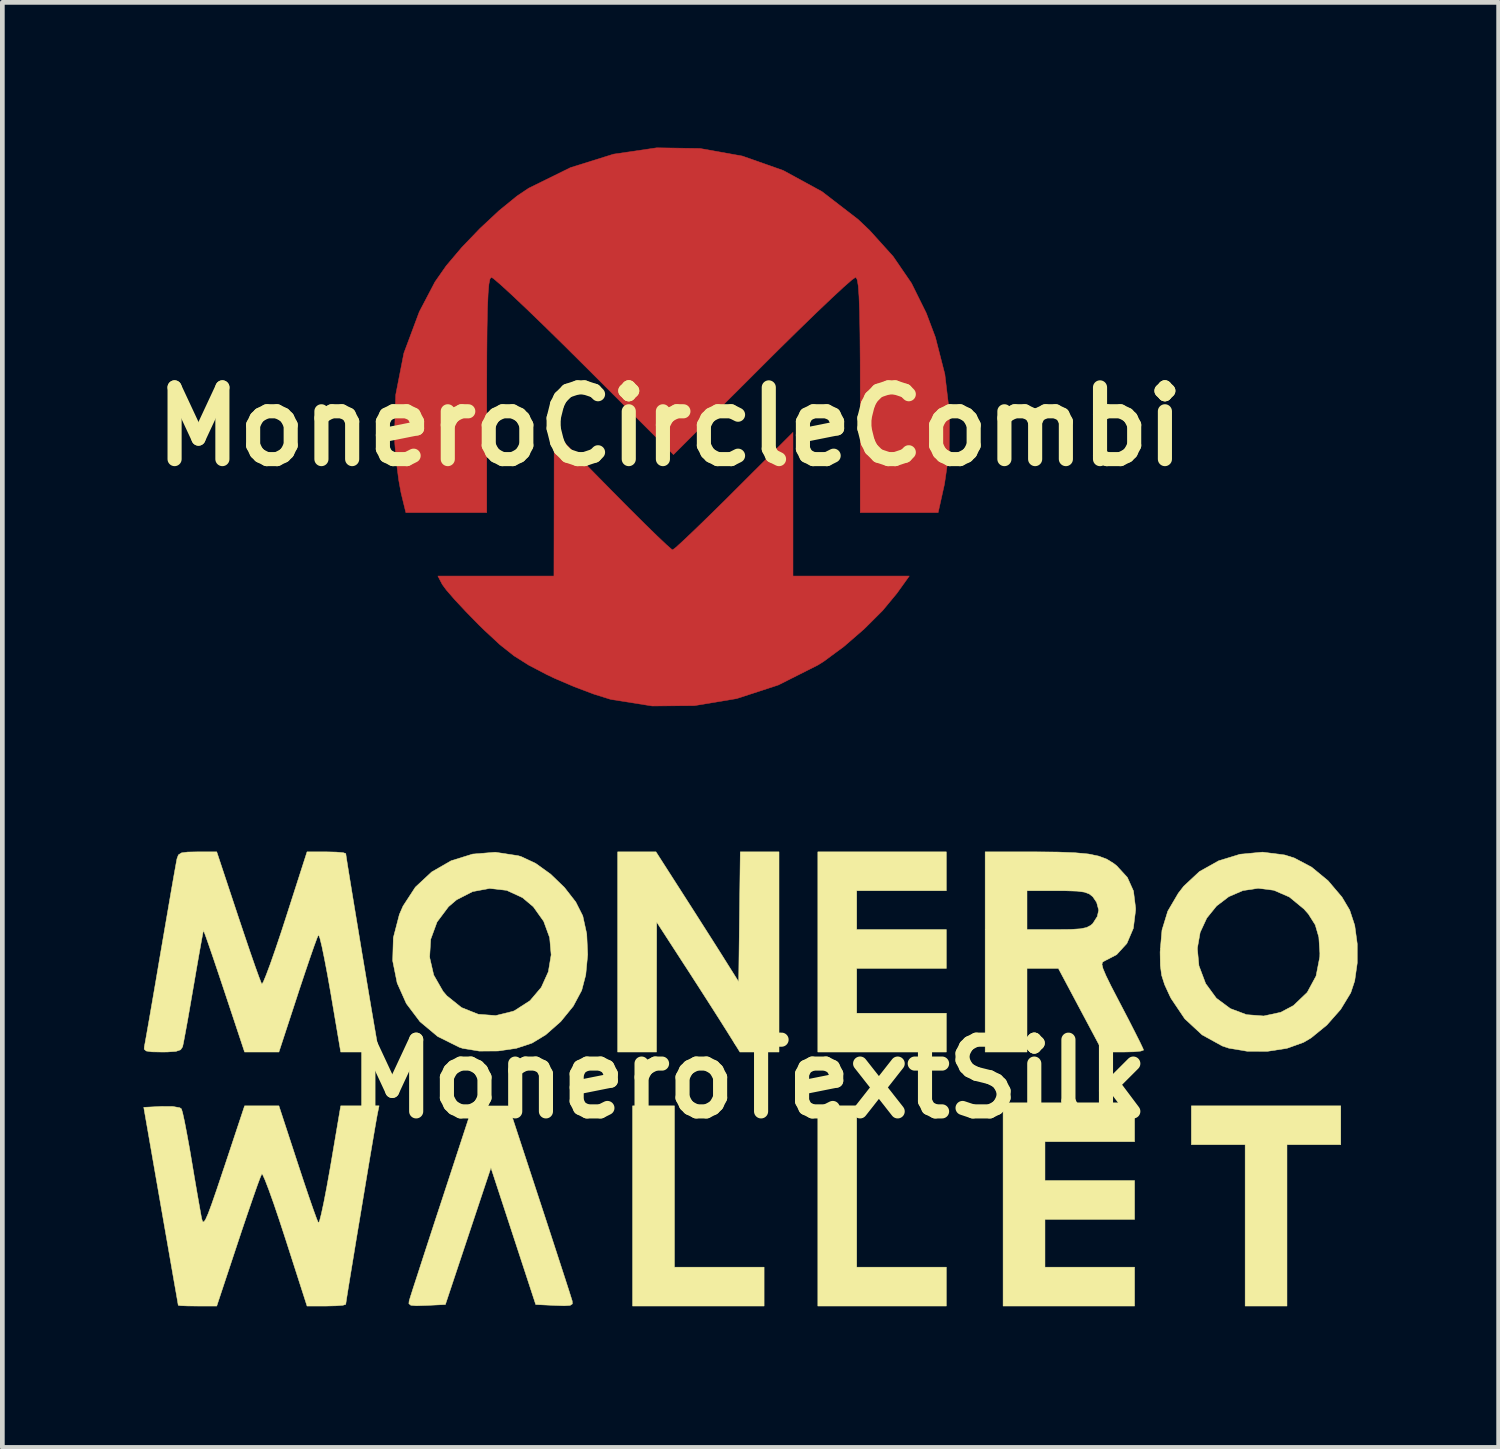
<source format=kicad_pcb>
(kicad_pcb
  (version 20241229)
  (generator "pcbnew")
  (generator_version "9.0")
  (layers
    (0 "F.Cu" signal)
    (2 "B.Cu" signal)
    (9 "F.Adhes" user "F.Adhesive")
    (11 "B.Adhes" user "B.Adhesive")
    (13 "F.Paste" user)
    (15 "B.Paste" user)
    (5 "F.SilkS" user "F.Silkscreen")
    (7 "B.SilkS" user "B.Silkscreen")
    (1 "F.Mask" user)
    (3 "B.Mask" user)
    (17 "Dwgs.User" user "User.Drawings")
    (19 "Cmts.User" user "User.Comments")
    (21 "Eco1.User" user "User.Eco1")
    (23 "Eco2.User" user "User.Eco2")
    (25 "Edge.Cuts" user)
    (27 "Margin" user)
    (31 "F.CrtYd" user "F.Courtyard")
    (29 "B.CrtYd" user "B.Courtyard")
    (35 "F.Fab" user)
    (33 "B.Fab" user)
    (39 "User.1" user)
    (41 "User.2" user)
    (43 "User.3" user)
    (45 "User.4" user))
  (footprint "MoneroTextSilk"
    (layer "F.Cu")
    (at 12.87 19.879)
    (property "Reference" "MoneroTextSilk" (at 0 0 0) (layer "F.SilkS") (effects (font (size 1.524 1.524) (thickness 0.3))))
    (attr through_hole)
    (fp_poly (pts (xy -1.587 4) (xy 0.318 4) (xy 0.318 4.826) (xy -2.477 4.826) (xy -2.477 0.572) (xy -1.587 0.572) (xy -1.587 4)) (stroke (width 0.01) (type solid)) (fill yes) (layer "F.SilkS"))
    (fp_poly (pts (xy 2.286 4) (xy 4.191 4) (xy 4.191 4.826) (xy 1.46 4.826) (xy 1.46 0.572) (xy 2.286 0.572) (xy 2.286 4)) (stroke (width 0.01) (type solid)) (fill yes) (layer "F.SilkS"))
    (fp_poly (pts (xy 12.573 1.397) (xy 11.43 1.397) (xy 11.43 4.826) (xy 10.541 4.826) (xy 10.541 1.397) (xy 9.398 1.397) (xy 9.398 0.572) (xy 12.573 0.572) (xy 12.573 1.397)) (stroke (width 0.01) (type solid)) (fill yes) (layer "F.SilkS"))
    (fp_poly (pts (xy 4.191 -4) (xy 2.286 -4) (xy 2.286 -3.175) (xy 4.191 -3.175) (xy 4.191 -2.349) (xy 2.286 -2.349) (xy 2.286 -1.397) (xy 4.191 -1.397) (xy 4.191 -0.572) (xy 1.46 -0.572) (xy 1.46 -4.826) (xy 4.191 -4.826) (xy 4.191 -4)) (stroke (width 0.01) (type solid)) (fill yes) (layer "F.SilkS"))
    (fp_poly (pts (xy 8.191 1.333) (xy 6.287 1.333) (xy 6.287 2.159) (xy 8.191 2.159) (xy 8.191 2.985) (xy 6.287 2.985) (xy 6.287 4) (xy 8.191 4) (xy 8.191 4.826) (xy 5.397 4.826) (xy 5.397 0.508) (xy 8.191 0.508) (xy 8.191 1.333)) (stroke (width 0.01) (type solid)) (fill yes) (layer "F.SilkS"))
    (fp_poly (pts (xy -1.4 -3.921) (xy -1.179 -3.576) (xy -0.956 -3.226) (xy -0.75 -2.903) (xy -0.583 -2.639) (xy -0.521 -2.54) (xy -0.222 -2.064) (xy -0.188 -4.826) (xy 0.635 -4.826) (xy 0.635 -0.572) (xy -0.196 -0.572) (xy -0.495 -1.05) (xy -0.636 -1.273) (xy -0.826 -1.571) (xy -1.044 -1.911) (xy -1.27 -2.262) (xy -1.38 -2.431) (xy -1.965 -3.334) (xy -1.968 -0.572) (xy -2.794 -0.572) (xy -2.794 -4.826) (xy -1.98 -4.826) (xy -1.4 -3.921)) (stroke (width 0.01) (type solid)) (fill yes) (layer "F.SilkS"))
    (fp_poly (pts (xy -4.451 2.589) (xy -4.292 3.074) (xy -4.145 3.525) (xy -4.015 3.925) (xy -3.906 4.26) (xy -3.824 4.514) (xy -3.774 4.673) (xy -3.76 4.718) (xy -3.756 4.78) (xy -3.804 4.812) (xy -3.929 4.82) (xy -4.133 4.813) (xy -4.535 4.794) (xy -5.011 3.341) (xy -5.487 1.887) (xy -6.455 4.794) (xy -6.855 4.813) (xy -7.073 4.82) (xy -7.189 4.81) (xy -7.231 4.775) (xy -7.225 4.718) (xy -7.199 4.632) (xy -7.138 4.44) (xy -7.046 4.158) (xy -6.93 3.8) (xy -6.794 3.382) (xy -6.643 2.919) (xy -6.534 2.589) (xy -5.874 0.574) (xy -5.112 0.574) (xy -4.451 2.589)) (stroke (width 0.01) (type solid)) (fill yes) (layer "F.SilkS"))
    (fp_poly (pts (xy -4.909 -4.744) (xy -4.849 -4.727) (xy -4.538 -4.582) (xy -4.218 -4.352) (xy -3.923 -4.067) (xy -3.684 -3.76) (xy -3.535 -3.465) (xy -3.451 -3.08) (xy -3.431 -2.643) (xy -3.472 -2.211) (xy -3.558 -1.882) (xy -3.737 -1.547) (xy -4.003 -1.22) (xy -4.323 -0.938) (xy -4.613 -0.762) (xy -4.947 -0.651) (xy -5.338 -0.594) (xy -5.735 -0.592) (xy -6.087 -0.65) (xy -6.16 -0.674) (xy -6.618 -0.902) (xy -6.995 -1.217) (xy -7.285 -1.602) (xy -7.48 -2.039) (xy -7.575 -2.511) (xy -7.573 -2.585) (xy -6.79 -2.585) (xy -6.703 -2.208) (xy -6.505 -1.862) (xy -6.424 -1.767) (xy -6.112 -1.517) (xy -5.758 -1.375) (xy -5.385 -1.347) (xy -5.016 -1.438) (xy -4.984 -1.452) (xy -4.657 -1.663) (xy -4.417 -1.946) (xy -4.267 -2.278) (xy -4.207 -2.637) (xy -4.239 -3.002) (xy -4.366 -3.35) (xy -4.587 -3.66) (xy -4.817 -3.853) (xy -5.153 -4.008) (xy -5.515 -4.049) (xy -5.878 -3.981) (xy -6.217 -3.807) (xy -6.389 -3.66) (xy -6.633 -3.334) (xy -6.767 -2.968) (xy -6.79 -2.585) (xy -7.573 -2.585) (xy -7.561 -3.002) (xy -7.433 -3.495) (xy -7.355 -3.674) (xy -7.093 -4.076) (xy -6.746 -4.399) (xy -6.333 -4.637) (xy -5.875 -4.779) (xy -5.394 -4.818) (xy -4.909 -4.744)) (stroke (width 0.01) (type solid)) (fill yes) (layer "F.SilkS"))
    (fp_poly (pts (xy 6.08 -4.826) (xy 6.558 -4.822) (xy 6.929 -4.807) (xy 7.214 -4.78) (xy 7.431 -4.735) (xy 7.602 -4.67) (xy 7.746 -4.581) (xy 7.811 -4.53) (xy 8.038 -4.283) (xy 8.168 -3.994) (xy 8.213 -3.632) (xy 8.213 -3.588) (xy 8.165 -3.201) (xy 8.028 -2.88) (xy 7.81 -2.641) (xy 7.551 -2.507) (xy 7.511 -2.483) (xy 7.498 -2.435) (xy 7.52 -2.345) (xy 7.582 -2.198) (xy 7.69 -1.977) (xy 7.852 -1.665) (xy 7.906 -1.562) (xy 8.067 -1.253) (xy 8.204 -0.984) (xy 8.309 -0.775) (xy 8.37 -0.646) (xy 8.382 -0.613) (xy 8.324 -0.592) (xy 8.172 -0.577) (xy 7.957 -0.572) (xy 7.95 -0.572) (xy 7.518 -0.572) (xy 7.045 -1.46) (xy 6.572 -2.349) (xy 6.239 -2.349) (xy 5.905 -2.349) (xy 5.905 -0.572) (xy 5.016 -0.572) (xy 5.016 -4) (xy 5.905 -4) (xy 5.905 -3.175) (xy 6.54 -3.175) (xy 6.84 -3.178) (xy 7.041 -3.191) (xy 7.171 -3.218) (xy 7.258 -3.263) (xy 7.303 -3.302) (xy 7.399 -3.453) (xy 7.429 -3.588) (xy 7.385 -3.752) (xy 7.303 -3.873) (xy 7.227 -3.933) (xy 7.126 -3.97) (xy 6.972 -3.991) (xy 6.735 -3.999) (xy 6.54 -4) (xy 5.905 -4) (xy 5.016 -4) (xy 5.016 -4.826) (xy 6.08 -4.826)) (stroke (width 0.01) (type solid)) (fill yes) (layer "F.SilkS"))
    (fp_poly (pts (xy 11.381 -4.76) (xy 11.587 -4.695) (xy 11.955 -4.5) (xy 12.304 -4.212) (xy 12.599 -3.864) (xy 12.763 -3.588) (xy 12.87 -3.263) (xy 12.923 -2.872) (xy 12.923 -2.463) (xy 12.869 -2.083) (xy 12.785 -1.83) (xy 12.571 -1.478) (xy 12.277 -1.145) (xy 11.944 -0.873) (xy 11.782 -0.777) (xy 11.43 -0.651) (xy 11.016 -0.587) (xy 10.587 -0.588) (xy 10.193 -0.654) (xy 10.056 -0.7) (xy 9.626 -0.937) (xy 9.258 -1.278) (xy 8.968 -1.709) (xy 8.94 -1.764) (xy 8.83 -2.003) (xy 8.767 -2.2) (xy 8.739 -2.409) (xy 8.734 -2.688) (xy 8.734 -2.697) (xy 8.74 -2.774) (xy 9.525 -2.774) (xy 9.559 -2.406) (xy 9.702 -2.026) (xy 9.929 -1.716) (xy 10.227 -1.495) (xy 10.571 -1.366) (xy 10.936 -1.338) (xy 11.297 -1.416) (xy 11.568 -1.56) (xy 11.86 -1.839) (xy 12.048 -2.187) (xy 12.127 -2.593) (xy 12.129 -2.673) (xy 12.107 -3.012) (xy 12.031 -3.274) (xy 11.885 -3.505) (xy 11.791 -3.611) (xy 11.48 -3.867) (xy 11.15 -4.01) (xy 10.817 -4.052) (xy 10.493 -4.003) (xy 10.194 -3.874) (xy 9.934 -3.676) (xy 9.726 -3.419) (xy 9.585 -3.115) (xy 9.525 -2.774) (xy 8.74 -2.774) (xy 8.774 -3.164) (xy 8.897 -3.566) (xy 9.12 -3.946) (xy 9.235 -4.095) (xy 9.569 -4.407) (xy 9.978 -4.636) (xy 10.435 -4.776) (xy 10.911 -4.82) (xy 11.381 -4.76)) (stroke (width 0.01) (type solid)) (fill yes) (layer "F.SilkS"))
    (fp_poly (pts (xy -7.9 0.746) (xy -7.919 0.851) (xy -7.955 1.057) (xy -8.004 1.346) (xy -8.064 1.699) (xy -8.131 2.1) (xy -8.202 2.528) (xy -8.275 2.967) (xy -8.347 3.397) (xy -8.413 3.8) (xy -8.472 4.158) (xy -8.52 4.452) (xy -8.554 4.665) (xy -8.571 4.778) (xy -8.572 4.79) (xy -8.63 4.809) (xy -8.782 4.821) (xy -8.984 4.826) (xy -9.395 4.826) (xy -9.854 3.397) (xy -9.984 2.999) (xy -10.103 2.647) (xy -10.206 2.359) (xy -10.287 2.148) (xy -10.339 2.033) (xy -10.355 2.016) (xy -10.387 2.088) (xy -10.452 2.262) (xy -10.543 2.522) (xy -10.656 2.85) (xy -10.784 3.228) (xy -10.856 3.445) (xy -11.314 4.826) (xy -11.721 4.826) (xy -11.93 4.824) (xy -12.079 4.818) (xy -12.132 4.81) (xy -12.143 4.746) (xy -12.173 4.572) (xy -12.221 4.301) (xy -12.282 3.95) (xy -12.355 3.531) (xy -12.437 3.061) (xy -12.5 2.699) (xy -12.865 0.603) (xy -12.487 0.584) (xy -12.248 0.585) (xy -12.099 0.612) (xy -12.064 0.637) (xy -12.039 0.721) (xy -11.998 0.908) (xy -11.947 1.175) (xy -11.888 1.499) (xy -11.848 1.736) (xy -11.787 2.099) (xy -11.73 2.432) (xy -11.681 2.71) (xy -11.646 2.906) (xy -11.633 2.972) (xy -11.615 3.03) (xy -11.589 3.039) (xy -11.552 2.988) (xy -11.497 2.864) (xy -11.42 2.657) (xy -11.315 2.354) (xy -11.178 1.944) (xy -11.155 1.877) (xy -10.722 0.572) (xy -9.993 0.572) (xy -9.593 1.794) (xy -9.47 2.167) (xy -9.358 2.499) (xy -9.264 2.77) (xy -9.194 2.963) (xy -9.155 3.057) (xy -9.152 3.062) (xy -9.129 3.017) (xy -9.09 2.864) (xy -9.038 2.621) (xy -8.977 2.306) (xy -8.911 1.937) (xy -8.894 1.84) (xy -8.679 0.572) (xy -8.272 0.572) (xy -7.864 0.571) (xy -7.9 0.746)) (stroke (width 0.01) (type solid)) (fill yes) (layer "F.SilkS"))
    (fp_poly (pts (xy -10.856 -3.445) (xy -10.723 -3.048) (xy -10.602 -2.691) (xy -10.498 -2.392) (xy -10.418 -2.17) (xy -10.368 -2.041) (xy -10.355 -2.016) (xy -10.325 -2.06) (xy -10.263 -2.21) (xy -10.174 -2.448) (xy -10.065 -2.76) (xy -9.941 -3.129) (xy -9.854 -3.397) (xy -9.395 -4.826) (xy -8.984 -4.826) (xy -8.774 -4.821) (xy -8.626 -4.808) (xy -8.572 -4.79) (xy -8.562 -4.72) (xy -8.534 -4.542) (xy -8.491 -4.276) (xy -8.436 -3.939) (xy -8.372 -3.551) (xy -8.302 -3.128) (xy -8.23 -2.691) (xy -8.157 -2.257) (xy -8.088 -1.844) (xy -8.025 -1.47) (xy -7.971 -1.155) (xy -7.93 -0.916) (xy -7.905 -0.772) (xy -7.9 -0.746) (xy -7.864 -0.572) (xy -8.679 -0.572) (xy -8.894 -1.84) (xy -8.961 -2.219) (xy -9.024 -2.549) (xy -9.078 -2.812) (xy -9.121 -2.988) (xy -9.148 -3.062) (xy -9.152 -3.062) (xy -9.184 -2.99) (xy -9.248 -2.816) (xy -9.337 -2.56) (xy -9.446 -2.238) (xy -9.568 -1.872) (xy -9.593 -1.794) (xy -9.993 -0.572) (xy -10.722 -0.572) (xy -11.153 -1.87) (xy -11.28 -2.25) (xy -11.393 -2.585) (xy -11.487 -2.858) (xy -11.555 -3.052) (xy -11.592 -3.148) (xy -11.596 -3.156) (xy -11.61 -3.092) (xy -11.641 -2.923) (xy -11.687 -2.668) (xy -11.743 -2.347) (xy -11.806 -1.979) (xy -11.808 -1.968) (xy -11.873 -1.591) (xy -11.932 -1.252) (xy -11.983 -0.973) (xy -12.02 -0.775) (xy -12.04 -0.683) (xy -12.082 -0.62) (xy -12.181 -0.586) (xy -12.364 -0.573) (xy -12.476 -0.572) (xy -12.695 -0.576) (xy -12.813 -0.594) (xy -12.856 -0.633) (xy -12.853 -0.683) (xy -12.836 -0.772) (xy -12.801 -0.969) (xy -12.75 -1.259) (xy -12.687 -1.624) (xy -12.614 -2.048) (xy -12.535 -2.515) (xy -12.509 -2.667) (xy -12.427 -3.145) (xy -12.351 -3.588) (xy -12.284 -3.979) (xy -12.228 -4.3) (xy -12.186 -4.535) (xy -12.162 -4.666) (xy -12.158 -4.683) (xy -12.129 -4.761) (xy -12.064 -4.804) (xy -11.933 -4.822) (xy -11.72 -4.826) (xy -11.314 -4.826) (xy -10.856 -3.445)) (stroke (width 0.01) (type solid)) (fill yes) (layer "F.SilkS")))
  (footprint "MoneroCircleCombi"
    (layer "F.Cu")
    (at 11.183 6.017)
    (property "Reference" "MoneroCircleCombi" (at 0 0 0) (layer "F.SilkS") (effects (font (size 1.524 1.524) (thickness 0.3))))
    (attr through_hole)
    (fp_poly (pts (xy -1.226 1.369) (xy -0.866 1.733) (xy -0.543 2.054) (xy -0.273 2.318) (xy -0.072 2.508) (xy 0.042 2.608) (xy 0.06 2.619) (xy 0.131 2.566) (xy 0.296 2.415) (xy 0.539 2.184) (xy 0.844 1.888) (xy 1.194 1.544) (xy 1.368 1.37) (xy 2.619 0.121) (xy 2.619 3.175) (xy 5.09 3.175) (xy 4.827 3.542) (xy 4.525 3.907) (xy 4.131 4.3) (xy 3.697 4.676) (xy 3.271 4.99) (xy 3.146 5.068) (xy 2.306 5.491) (xy 1.423 5.779) (xy 0.523 5.929) (xy -0.373 5.936) (xy -1.241 5.798) (xy -1.27 5.791) (xy -1.613 5.684) (xy -2.026 5.528) (xy -2.443 5.35) (xy -2.615 5.268) (xy -2.995 5.069) (xy -3.309 4.871) (xy -3.606 4.636) (xy -3.939 4.327) (xy -4.053 4.216) (xy -4.329 3.934) (xy -4.569 3.677) (xy -4.746 3.473) (xy -4.834 3.354) (xy -4.927 3.175) (xy -2.461 3.175) (xy -2.458 1.647) (xy -2.456 0.119) (xy -1.226 1.369)) (stroke (width 0.01) (type solid)) (fill yes) (layer "F.Cu"))
    (fp_poly (pts (xy 0.642 -5.912) (xy 1.542 -5.751) (xy 2.411 -5.445) (xy 3.236 -4.995) (xy 4.004 -4.403) (xy 4.249 -4.17) (xy 4.747 -3.618) (xy 5.137 -3.049) (xy 5.452 -2.413) (xy 5.645 -1.901) (xy 5.846 -1.116) (xy 5.945 -0.285) (xy 5.938 0.539) (xy 5.838 1.223) (xy 5.704 1.826) (xy 4.048 1.826) (xy 4.048 -0.675) (xy 4.047 -1.404) (xy 4.042 -1.987) (xy 4.034 -2.437) (xy 4.022 -2.768) (xy 4.006 -2.992) (xy 3.984 -3.123) (xy 3.956 -3.173) (xy 3.95 -3.175) (xy 3.872 -3.121) (xy 3.696 -2.967) (xy 3.436 -2.726) (xy 3.106 -2.412) (xy 2.72 -2.037) (xy 2.29 -1.614) (xy 1.965 -1.29) (xy 0.079 0.594) (xy -1.806 -1.29) (xy -2.258 -1.739) (xy -2.676 -2.149) (xy -3.048 -2.508) (xy -3.36 -2.803) (xy -3.597 -3.02) (xy -3.746 -3.147) (xy -3.791 -3.175) (xy -3.82 -3.141) (xy -3.843 -3.028) (xy -3.86 -2.825) (xy -3.873 -2.519) (xy -3.882 -2.095) (xy -3.887 -1.542) (xy -3.889 -0.846) (xy -3.889 -0.675) (xy -3.889 1.826) (xy -5.608 1.826) (xy -5.71 1.409) (xy -5.76 1.135) (xy -5.807 0.768) (xy -5.842 0.373) (xy -5.85 0.238) (xy -5.824 -0.675) (xy -5.65 -1.563) (xy -5.323 -2.44) (xy -4.989 -3.077) (xy -4.751 -3.418) (xy -4.419 -3.81) (xy -4.032 -4.213) (xy -3.628 -4.59) (xy -3.245 -4.902) (xy -2.997 -5.068) (xy -2.108 -5.506) (xy -1.196 -5.791) (xy -0.275 -5.926) (xy 0.642 -5.912)) (stroke (width 0.01) (type solid)) (fill yes) (layer "F.Cu"))
    (fp_poly (pts (xy 0.588 -6.007) (xy 1.5 -5.857) (xy 2.381 -5.566) (xy 3.216 -5.134) (xy 3.991 -4.563) (xy 4.329 -4.249) (xy 4.825 -3.698) (xy 5.215 -3.131) (xy 5.531 -2.495) (xy 5.725 -1.98) (xy 5.912 -1.257) (xy 6.016 -0.465) (xy 6.033 0.337) (xy 5.959 1.088) (xy 5.917 1.303) (xy 5.784 1.905) (xy 3.969 1.905) (xy 3.969 -0.615) (xy 3.969 -3.134) (xy 2.024 -1.191) (xy 0.079 0.753) (xy -1.865 -1.191) (xy -3.81 -3.134) (xy -3.81 1.905) (xy -5.688 1.905) (xy -5.79 1.488) (xy -5.838 1.225) (xy -5.883 0.862) (xy -5.917 0.457) (xy -5.93 0.238) (xy -5.909 -0.684) (xy -5.755 -1.553) (xy -5.459 -2.397) (xy -5.068 -3.156) (xy -4.83 -3.498) (xy -4.498 -3.889) (xy -4.111 -4.293) (xy -3.707 -4.669) (xy -3.324 -4.981) (xy -3.077 -5.148) (xy -2.187 -5.585) (xy -1.27 -5.872) (xy -0.34 -6.012) (xy 0.588 -6.007)) (stroke (width 0.01) (type solid)) (fill yes) (layer "F.Mask"))
    (fp_poly (pts (xy 2.699 3.096) (xy 3.973 3.096) (xy 5.248 3.096) (xy 5.104 3.352) (xy 4.944 3.578) (xy 4.691 3.868) (xy 4.375 4.191) (xy 4.031 4.516) (xy 3.691 4.812) (xy 3.388 5.048) (xy 3.235 5.148) (xy 2.377 5.57) (xy 1.475 5.86) (xy 0.553 6.013) (xy -0.364 6.026) (xy -1.252 5.894) (xy -1.349 5.87) (xy -2.108 5.617) (xy -2.851 5.262) (xy -3.526 4.832) (xy -3.952 4.484) (xy -4.222 4.22) (xy -4.49 3.935) (xy -4.733 3.655) (xy -4.928 3.409) (xy -5.05 3.225) (xy -5.08 3.145) (xy -5.005 3.128) (xy -4.798 3.114) (xy -4.485 3.103) (xy -4.093 3.097) (xy -3.81 3.096) (xy -2.54 3.096) (xy -2.54 1.548) (xy -2.537 1.072) (xy -2.527 0.655) (xy -2.513 0.322) (xy -2.495 0.096) (xy -2.475 0.001) (xy -2.472 0) (xy -2.399 0.054) (xy -2.232 0.207) (xy -1.989 0.44) (xy -1.686 0.74) (xy -1.34 1.088) (xy -1.171 1.259) (xy 0.061 2.519) (xy 1.38 1.2) (xy 2.699 -0.118) (xy 2.699 3.096)) (stroke (width 0.01) (type solid)) (fill yes) (layer "F.Mask")))
  (gr_rect
    (start -3 -3)
    (end 28.798 27.71)
    (stroke (width 0.1) (type default))
    (fill no)
    (layer "Edge.Cuts")))
</source>
